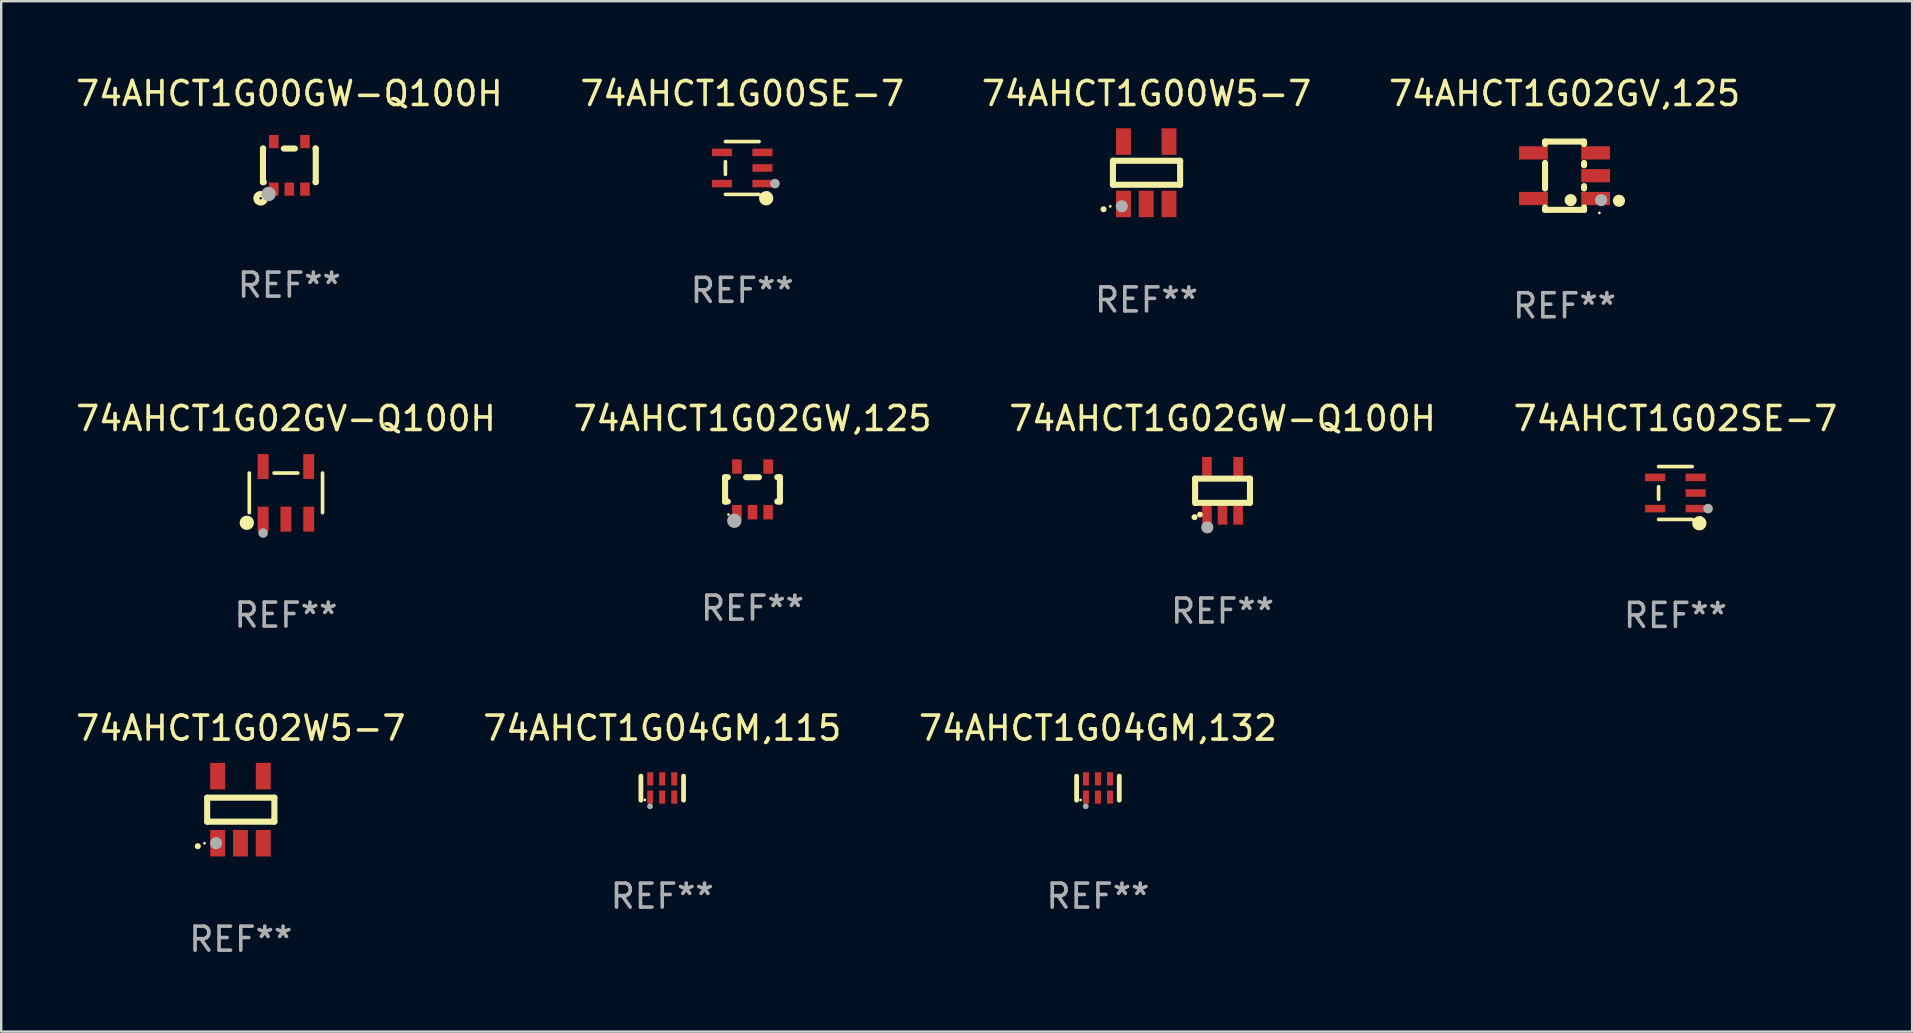
<source format=kicad_pcb>
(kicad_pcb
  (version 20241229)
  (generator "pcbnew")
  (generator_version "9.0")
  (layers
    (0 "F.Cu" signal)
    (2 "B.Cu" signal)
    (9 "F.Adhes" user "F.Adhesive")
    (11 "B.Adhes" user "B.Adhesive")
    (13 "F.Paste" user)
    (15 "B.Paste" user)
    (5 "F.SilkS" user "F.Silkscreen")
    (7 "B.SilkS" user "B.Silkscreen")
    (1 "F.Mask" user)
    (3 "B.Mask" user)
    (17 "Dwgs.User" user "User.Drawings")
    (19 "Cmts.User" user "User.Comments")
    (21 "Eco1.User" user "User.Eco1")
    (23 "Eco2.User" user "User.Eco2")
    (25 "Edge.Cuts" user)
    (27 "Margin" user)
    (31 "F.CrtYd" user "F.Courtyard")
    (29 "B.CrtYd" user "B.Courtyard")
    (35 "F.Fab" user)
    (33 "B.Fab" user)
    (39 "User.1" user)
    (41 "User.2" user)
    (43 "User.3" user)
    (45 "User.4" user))
  (footprint "74AHCT1G00GW-Q100H"
    (layer "F.Cu")
    (at 9.006 3.839)
    (property "Reference" "74AHCT1G00GW-Q100H" (at 0 -2.991 0) (layer "F.SilkS") (effects (font (size 1 1) (thickness 0.15))))
    (attr through_hole)
    (fp_line (start -1.1 -0.7) (end -1.1 0.7) (stroke (width 0.254) (type solid)) (layer "F.SilkS"))
    (fp_line (start -1.1 -0.7) (end -1.09 -0.7) (stroke (width 0.254) (type solid)) (layer "F.SilkS"))
    (fp_line (start -1.1 0.7) (end -1.065 0.7) (stroke (width 0.254) (type solid)) (layer "F.SilkS"))
    (fp_line (start -0.23 -0.7) (end 0.23 -0.7) (stroke (width 0.254) (type solid)) (layer "F.SilkS"))
    (fp_line (start 1.09 -0.7) (end 1.1 -0.7) (stroke (width 0.254) (type solid)) (layer "F.SilkS"))
    (fp_line (start 1.09 0.7) (end 1.1 0.7) (stroke (width 0.254) (type solid)) (layer "F.SilkS"))
    (fp_line (start 1.1 -0.7) (end 1.1 0.7) (stroke (width 0.254) (type solid)) (layer "F.SilkS"))
    (fp_circle (center -1.194 1.372) (end -1.143 1.372) (stroke (width 0.254) (type solid)) (fill no) (layer "F.SilkS"))
    (fp_circle (center -1.05 1.063) (end -1.02 1.063) (stroke (width 0.06) (type solid)) (fill no) (layer "F.SilkS"))
    (fp_circle (center -0.864 1.194) (end -0.713 1.194) (stroke (width 0.3) (type solid)) (fill no) (layer "F.Fab"))
    (fp_text user "REF**" (at 0 4.991 0) (layer "F.Fab") (effects (font (size 1 1) (thickness 0.15))))
    (pad "1" smd rect (at -0.65 0.991 180) (size 0.399 0.551) (layers "F.Cu" "F.Mask" "F.Paste"))
    (pad "2" smd rect (at 0 0.991 180) (size 0.399 0.551) (layers "F.Cu" "F.Mask" "F.Paste"))
    (pad "3" smd rect (at 0.65 0.991 180) (size 0.399 0.551) (layers "F.Cu" "F.Mask" "F.Paste"))
    (pad "4" smd rect (at 0.65 -0.991 180) (size 0.399 0.551) (layers "F.Cu" "F.Mask" "F.Paste"))
    (pad "5" smd rect (at -0.65 -0.991 180) (size 0.399 0.551) (layers "F.Cu" "F.Mask" "F.Paste")))
  (footprint "74AHCT1G04GM,132"
    (layer "F.Cu")
    (at 42.696 29.788)
    (property "Reference" "74AHCT1G04GM,132" (at 0 -2.5 0) (layer "F.SilkS") (effects (font (size 1 1) (thickness 0.15))))
    (attr through_hole)
    (fp_line (start -0.889 0.5) (end -0.889 -0.5) (stroke (width 0.2) (type solid)) (layer "F.SilkS"))
    (fp_line (start 0.889 0.5) (end 0.889 -0.5) (stroke (width 0.2) (type solid)) (layer "F.SilkS"))
    (fp_circle (center -0.725 0.492) (end -0.695 0.492) (stroke (width 0.06) (type solid)) (fill no) (layer "F.SilkS"))
    (fp_circle (center -0.508 0.754) (end -0.448 0.754) (stroke (width 0.12) (type solid)) (fill no) (layer "F.Fab"))
    (fp_text user "REF**" (at 0 4.5 0) (layer "F.Fab") (effects (font (size 1 1) (thickness 0.15))))
    (pad "1" smd rect (at -0.5 0.372) (size 0.25 0.55) (layers "F.Cu" "F.Mask" "F.Paste"))
    (pad "2" smd rect (at -0.000127 0.372) (size 0.25 0.55) (layers "F.Cu" "F.Mask" "F.Paste"))
    (pad "3" smd rect (at 0.5 0.372) (size 0.25 0.55) (layers "F.Cu" "F.Mask" "F.Paste"))
    (pad "4" smd rect (at 0.5 -0.388 180) (size 0.25 0.55) (layers "F.Cu" "F.Mask" "F.Paste"))
    (pad "5" smd rect (at -0.000127 -0.388 180) (size 0.25 0.55) (layers "F.Cu" "F.Mask" "F.Paste"))
    (pad "6" smd rect (at -0.5 -0.388 180) (size 0.25 0.55) (layers "F.Cu" "F.Mask" "F.Paste")))
  (footprint "74AHCT1G02GW-Q100H"
    (layer "F.Cu")
    (at 47.887 17.4)
    (property "Reference" "74AHCT1G02GW-Q100H" (at 0 -3.01 0) (layer "F.SilkS") (effects (font (size 1 1) (thickness 0.15))))
    (attr through_hole)
    (fp_line (start -1.143 -0.508) (end -1.143 0.508) (stroke (width 0.254) (type solid)) (layer "F.SilkS"))
    (fp_line (start -1.1 0.5) (end 1.1 0.5) (stroke (width 0.254) (type solid)) (layer "F.SilkS"))
    (fp_line (start 1.143 -0.508) (end -1.143 -0.508) (stroke (width 0.254) (type solid)) (layer "F.SilkS"))
    (fp_line (start 1.143 0.508) (end 1.143 -0.508) (stroke (width 0.254) (type solid)) (layer "F.SilkS"))
    (fp_arc (start -1.167717 1.098095) (mid -1.166447 1.098088) (end -1.165177 1.098095) (stroke (width 0.24892) (type solid)) (layer "F.SilkS"))
    (fp_circle (center -0.94 0.99) (end -0.88 0.99) (stroke (width 0.12) (type solid)) (fill no) (layer "F.SilkS"))
    (fp_circle (center -0.635 1.524) (end -0.508 1.524) (stroke (width 0.254) (type solid)) (fill no) (layer "F.Fab"))
    (fp_text user "REF**" (at 0 5.01 0) (layer "F.Fab") (effects (font (size 1 1) (thickness 0.15))))
    (pad "1" smd rect (at -0.65 1.01 180) (size 0.4 0.8) (layers "F.Cu" "F.Mask" "F.Paste"))
    (pad "2" smd rect (at 0 1.01 180) (size 0.4 0.8) (layers "F.Cu" "F.Mask" "F.Paste"))
    (pad "3" smd rect (at 0.65 1.01 180) (size 0.4 0.8) (layers "F.Cu" "F.Mask" "F.Paste"))
    (pad "4" smd rect (at 0.65 -1.01 180) (size 0.4 0.8) (layers "F.Cu" "F.Mask" "F.Paste"))
    (pad "5" smd rect (at -0.65 -1.01 180) (size 0.4 0.8) (layers "F.Cu" "F.Mask" "F.Paste")))
  (footprint "74AHCT1G00W5-7"
    (layer "F.Cu")
    (at 44.72 4.148)
    (property "Reference" "74AHCT1G00W5-7" (at 0 -3.3 0) (layer "F.SilkS") (effects (font (size 1 1) (thickness 0.15))))
    (attr through_hole)
    (fp_line (start -1.4 -0.5) (end 1.4 -0.5) (stroke (width 0.254) (type solid)) (layer "F.SilkS"))
    (fp_line (start -1.4 0.5) (end -1.4 -0.5) (stroke (width 0.254) (type solid)) (layer "F.SilkS"))
    (fp_line (start 1.4 -0.5) (end 1.4 0.5) (stroke (width 0.254) (type solid)) (layer "F.SilkS"))
    (fp_line (start 1.4 0.5) (end -1.4 0.5) (stroke (width 0.254) (type solid)) (layer "F.SilkS"))
    (fp_arc (start -1.791948 1.521463) (mid -1.790678 1.521457) (end -1.789408 1.521463) (stroke (width 0.24892) (type solid)) (layer "F.SilkS"))
    (fp_circle (center -1.512 1.4) (end -1.482 1.4) (stroke (width 0.06) (type solid)) (fill no) (layer "F.SilkS"))
    (fp_circle (center -1.029 1.397) (end -0.902 1.397) (stroke (width 0.254) (type solid)) (fill no) (layer "F.Fab"))
    (fp_text user "REF**" (at 0 5.3 0) (layer "F.Fab") (effects (font (size 1 1) (thickness 0.15))))
    (pad "1" smd rect (at -0.962 1.3) (size 0.622 1.105) (layers "F.Cu" "F.Mask" "F.Paste"))
    (pad "2" smd rect (at -0.012 1.3) (size 0.622 1.105) (layers "F.Cu" "F.Mask" "F.Paste"))
    (pad "3" smd rect (at 0.937 1.3) (size 0.622 1.105) (layers "F.Cu" "F.Mask" "F.Paste"))
    (pad "4" smd rect (at 0.937 -1.3) (size 0.622 1.105) (layers "F.Cu" "F.Mask" "F.Paste"))
    (pad "5" smd rect (at -0.962 -1.3) (size 0.622 1.105) (layers "F.Cu" "F.Mask" "F.Paste")))
  (footprint "74AHCT1G02GV,125"
    (layer "F.Cu")
    (at 62.137 4.271)
    (property "Reference" "74AHCT1G02GV,125" (at 0 -3.422 0) (layer "F.SilkS") (effects (font (size 1 1) (thickness 0.15))))
    (attr through_hole)
    (fp_line (start -0.813 -1.422) (end 0.813 -1.422) (stroke (width 0.254) (type solid)) (layer "F.SilkS"))
    (fp_line (start -0.813 -1.321) (end -0.813 -1.422) (stroke (width 0.254) (type solid)) (layer "F.SilkS"))
    (fp_line (start -0.813 0.533) (end -0.813 -0.533) (stroke (width 0.254) (type solid)) (layer "F.SilkS"))
    (fp_line (start -0.813 1.422) (end -0.813 1.321) (stroke (width 0.254) (type solid)) (layer "F.SilkS"))
    (fp_line (start 0.813 -1.422) (end 0.813 -1.321) (stroke (width 0.254) (type solid)) (layer "F.SilkS"))
    (fp_line (start 0.813 -0.533) (end 0.813 -0.432) (stroke (width 0.254) (type solid)) (layer "F.SilkS"))
    (fp_line (start 0.813 0.432) (end 0.813 0.533) (stroke (width 0.254) (type solid)) (layer "F.SilkS"))
    (fp_line (start 0.813 1.321) (end 0.813 1.422) (stroke (width 0.254) (type solid)) (layer "F.SilkS"))
    (fp_line (start 0.813 1.422) (end -0.813 1.422) (stroke (width 0.254) (type solid)) (layer "F.SilkS"))
    (fp_circle (center 0.254 1.016) (end 0.381 1.016) (stroke (width 0.254) (type solid)) (fill no) (layer "F.SilkS"))
    (fp_circle (center 1.45 1.55) (end 1.48 1.55) (stroke (width 0.06) (type solid)) (fill no) (layer "F.SilkS"))
    (fp_circle (center 2.267 1.044) (end 2.394 1.044) (stroke (width 0.254) (type solid)) (fill no) (layer "F.SilkS"))
    (fp_circle (center 1.524 1.016) (end 1.651 1.016) (stroke (width 0.254) (type solid)) (fill no) (layer "F.Fab"))
    (fp_text user "REF**" (at 0 5.422 0) (layer "F.Fab") (effects (font (size 1 1) (thickness 0.15))))
    (pad "1" smd rect (at 1.295 0.95 90) (size 0.551 1.199) (layers "F.Cu" "F.Mask" "F.Paste"))
    (pad "2" smd rect (at 1.295 0 90) (size 0.551 1.199) (layers "F.Cu" "F.Mask" "F.Paste"))
    (pad "3" smd rect (at 1.295 -0.95 90) (size 0.551 1.199) (layers "F.Cu" "F.Mask" "F.Paste"))
    (pad "4" smd rect (at -1.295 -0.95 90) (size 0.551 1.199) (layers "F.Cu" "F.Mask" "F.Paste"))
    (pad "5" smd rect (at -1.295 0.95 90) (size 0.551 1.199) (layers "F.Cu" "F.Mask" "F.Paste")))
  (footprint "74AHCT1G02GW,125"
    (layer "F.Cu")
    (at 28.304 17.34)
    (property "Reference" "74AHCT1G02GW,125" (at 0 -2.95 0) (layer "F.SilkS") (effects (font (size 1 1) (thickness 0.15))))
    (attr through_hole)
    (fp_line (start -1.143 -0.508) (end -1.032 -0.508) (stroke (width 0.254) (type solid)) (layer "F.SilkS"))
    (fp_line (start -1.143 0.508) (end -1.143 -0.508) (stroke (width 0.254) (type solid)) (layer "F.SilkS"))
    (fp_line (start -1.032 0.508) (end -1.143 0.508) (stroke (width 0.254) (type solid)) (layer "F.SilkS"))
    (fp_line (start -0.268 -0.508) (end 0.268 -0.508) (stroke (width 0.254) (type solid)) (layer "F.SilkS"))
    (fp_line (start 1.032 -0.508) (end 1.143 -0.508) (stroke (width 0.254) (type solid)) (layer "F.SilkS"))
    (fp_line (start 1.143 -0.508) (end 1.143 0.508) (stroke (width 0.254) (type solid)) (layer "F.SilkS"))
    (fp_line (start 1.143 0.508) (end 1.032 0.508) (stroke (width 0.254) (type solid)) (layer "F.SilkS"))
    (fp_circle (center -1 1.05) (end -0.97 1.05) (stroke (width 0.06) (type solid)) (fill no) (layer "F.SilkS"))
    (fp_circle (center -0.759 1.309) (end -0.609 1.309) (stroke (width 0.3) (type solid)) (fill no) (layer "F.Fab"))
    (fp_text user "REF**" (at 0 4.95 0) (layer "F.Fab") (effects (font (size 1 1) (thickness 0.15))))
    (pad "1" smd rect (at -0.65 0.95 180) (size 0.4 0.6) (layers "F.Cu" "F.Mask" "F.Paste"))
    (pad "2" smd rect (at 0 0.95 180) (size 0.4 0.6) (layers "F.Cu" "F.Mask" "F.Paste"))
    (pad "3" smd rect (at 0.65 0.95 180) (size 0.4 0.6) (layers "F.Cu" "F.Mask" "F.Paste"))
    (pad "4" smd rect (at 0.65 -0.95 180) (size 0.4 0.6) (layers "F.Cu" "F.Mask" "F.Paste"))
    (pad "5" smd rect (at -0.65 -0.95 180) (size 0.4 0.6) (layers "F.Cu" "F.Mask" "F.Paste")))
  (footprint "74AHCT1G02W5-7"
    (layer "F.Cu")
    (at 6.982 30.685)
    (property "Reference" "74AHCT1G02W5-7" (at 0 -3.397 0) (layer "F.SilkS") (effects (font (size 1 1) (thickness 0.15))))
    (attr through_hole)
    (fp_line (start -1.4 -0.5) (end 1.4 -0.5) (stroke (width 0.254) (type solid)) (layer "F.SilkS"))
    (fp_line (start -1.4 0.5) (end -1.4 -0.5) (stroke (width 0.254) (type solid)) (layer "F.SilkS"))
    (fp_line (start 1.4 -0.5) (end 1.4 0.5) (stroke (width 0.254) (type solid)) (layer "F.SilkS"))
    (fp_line (start 1.4 0.5) (end -1.4 0.5) (stroke (width 0.254) (type solid)) (layer "F.SilkS"))
    (fp_arc (start -1.791948 1.521463) (mid -1.790678 1.521457) (end -1.789408 1.521463) (stroke (width 0.24892) (type solid)) (layer "F.SilkS"))
    (fp_circle (center -1.513 1.4) (end -1.483 1.4) (stroke (width 0.06) (type solid)) (fill no) (layer "F.SilkS"))
    (fp_circle (center -1.029 1.397) (end -0.902 1.397) (stroke (width 0.254) (type solid)) (fill no) (layer "F.Fab"))
    (fp_text user "REF**" (at 0 5.397 0) (layer "F.Fab") (effects (font (size 1 1) (thickness 0.15))))
    (pad "1" smd rect (at -0.963 1.397) (size 0.622 1.105) (layers "F.Cu" "F.Mask" "F.Paste"))
    (pad "2" smd rect (at -0.013 1.397) (size 0.622 1.105) (layers "F.Cu" "F.Mask" "F.Paste"))
    (pad "3" smd rect (at 0.937 1.397) (size 0.622 1.105) (layers "F.Cu" "F.Mask" "F.Paste"))
    (pad "4" smd rect (at 0.937 -1.397) (size 0.622 1.105) (layers "F.Cu" "F.Mask" "F.Paste"))
    (pad "5" smd rect (at -0.963 -1.397) (size 0.622 1.105) (layers "F.Cu" "F.Mask" "F.Paste")))
  (footprint "74AHCT1G02GV-Q100H"
    (layer "F.Cu")
    (at 8.863 17.485)
    (property "Reference" "74AHCT1G02GV-Q100H" (at 0 -3.095 0) (layer "F.SilkS") (effects (font (size 1 1) (thickness 0.15))))
    (attr through_hole)
    (fp_line (start -1.526 0.826) (end -1.526 -0.826) (stroke (width 0.152) (type solid)) (layer "F.SilkS"))
    (fp_line (start 0.494 -0.826) (end -0.494 -0.826) (stroke (width 0.152) (type solid)) (layer "F.SilkS"))
    (fp_line (start 1.526 0.826) (end 1.526 -0.826) (stroke (width 0.152) (type solid)) (layer "F.SilkS"))
    (fp_circle (center -1.63 1.247) (end -1.48 1.247) (stroke (width 0.3) (type solid)) (fill no) (layer "F.SilkS"))
    (fp_circle (center -1.45 1.375) (end -1.42 1.375) (stroke (width 0.06) (type solid)) (fill no) (layer "F.SilkS"))
    (fp_circle (center -0.95 1.675) (end -0.85 1.675) (stroke (width 0.2) (type solid)) (fill no) (layer "F.Fab"))
    (fp_text user "REF**" (at 0 5.095 0) (layer "F.Fab") (effects (font (size 1 1) (thickness 0.15))))
    (pad "1" smd rect (at -0.95 1.095) (size 0.455 1.04) (layers "F.Cu" "F.Mask" "F.Paste"))
    (pad "2" smd rect (at 0 1.095) (size 0.455 1.04) (layers "F.Cu" "F.Mask" "F.Paste"))
    (pad "3" smd rect (at 0.95 1.095) (size 0.455 1.04) (layers "F.Cu" "F.Mask" "F.Paste"))
    (pad "4" smd rect (at 0.95 -1.095) (size 0.455 1.04) (layers "F.Cu" "F.Mask" "F.Paste"))
    (pad "5" smd rect (at -0.95 -1.095) (size 0.455 1.04) (layers "F.Cu" "F.Mask" "F.Paste")))
  (footprint "74AHCT1G04GM,115"
    (layer "F.Cu")
    (at 24.542 29.788)
    (property "Reference" "74AHCT1G04GM,115" (at 0 -2.5 0) (layer "F.SilkS") (effects (font (size 1 1) (thickness 0.15))))
    (attr through_hole)
    (fp_line (start -0.889 0.5) (end -0.889 -0.5) (stroke (width 0.2) (type solid)) (layer "F.SilkS"))
    (fp_line (start 0.889 0.5) (end 0.889 -0.5) (stroke (width 0.2) (type solid)) (layer "F.SilkS"))
    (fp_circle (center -0.725 0.492) (end -0.695 0.492) (stroke (width 0.06) (type solid)) (fill no) (layer "F.SilkS"))
    (fp_circle (center -0.508 0.754) (end -0.448 0.754) (stroke (width 0.12) (type solid)) (fill no) (layer "F.Fab"))
    (fp_text user "REF**" (at 0 4.5 0) (layer "F.Fab") (effects (font (size 1 1) (thickness 0.15))))
    (pad "1" smd rect (at -0.5 0.372) (size 0.25 0.55) (layers "F.Cu" "F.Mask" "F.Paste"))
    (pad "2" smd rect (at -0.000127 0.372) (size 0.25 0.55) (layers "F.Cu" "F.Mask" "F.Paste"))
    (pad "3" smd rect (at 0.5 0.372) (size 0.25 0.55) (layers "F.Cu" "F.Mask" "F.Paste"))
    (pad "4" smd rect (at 0.5 -0.388 180) (size 0.25 0.55) (layers "F.Cu" "F.Mask" "F.Paste"))
    (pad "5" smd rect (at -0.000127 -0.388 180) (size 0.25 0.55) (layers "F.Cu" "F.Mask" "F.Paste"))
    (pad "6" smd rect (at -0.5 -0.388 180) (size 0.25 0.55) (layers "F.Cu" "F.Mask" "F.Paste")))
  (footprint "74AHCT1G02SE-7"
    (layer "F.Cu")
    (at 66.756 17.491)
    (property "Reference" "74AHCT1G02SE-7" (at 0 -3.101 0) (layer "F.SilkS") (effects (font (size 1 1) (thickness 0.15))))
    (attr through_hole)
    (fp_line (start -0.701 -0.264) (end -0.701 0.264) (stroke (width 0.152) (type solid)) (layer "F.SilkS"))
    (fp_line (start 0.701 -1.101) (end -0.701 -1.101) (stroke (width 0.152) (type solid)) (layer "F.SilkS"))
    (fp_line (start 0.701 1.101) (end -0.701 1.101) (stroke (width 0.152) (type solid)) (layer "F.SilkS"))
    (fp_circle (center 0.997 1.26) (end 1.147 1.26) (stroke (width 0.3) (type solid)) (fill no) (layer "F.SilkS"))
    (fp_circle (center 1.063 1.025) (end 1.093 1.025) (stroke (width 0.06) (type solid)) (fill no) (layer "F.SilkS"))
    (fp_circle (center 1.362 0.65) (end 1.463 0.65) (stroke (width 0.2) (type solid)) (fill no) (layer "F.Fab"))
    (fp_text user "REF**" (at 0 5.101 0) (layer "F.Fab") (effects (font (size 1 1) (thickness 0.15))))
    (pad "1" smd rect (at 0.844 0.65) (size 0.839 0.315) (layers "F.Cu" "F.Mask" "F.Paste"))
    (pad "2" smd rect (at 0.844 0) (size 0.839 0.315) (layers "F.Cu" "F.Mask" "F.Paste"))
    (pad "3" smd rect (at 0.844 -0.65) (size 0.839 0.315) (layers "F.Cu" "F.Mask" "F.Paste"))
    (pad "4" smd rect (at -0.844 -0.65) (size 0.839 0.315) (layers "F.Cu" "F.Mask" "F.Paste"))
    (pad "5" smd rect (at -0.844 0.65) (size 0.839 0.315) (layers "F.Cu" "F.Mask" "F.Paste")))
  (footprint "74AHCT1G00SE-7"
    (layer "F.Cu")
    (at 27.875 3.949)
    (property "Reference" "74AHCT1G00SE-7" (at 0 -3.101 0) (layer "F.SilkS") (effects (font (size 1 1) (thickness 0.15))))
    (attr through_hole)
    (fp_line (start -0.701 -0.264) (end -0.701 0.264) (stroke (width 0.152) (type solid)) (layer "F.SilkS"))
    (fp_line (start 0.701 -1.101) (end -0.701 -1.101) (stroke (width 0.152) (type solid)) (layer "F.SilkS"))
    (fp_line (start 0.701 1.101) (end -0.701 1.101) (stroke (width 0.152) (type solid)) (layer "F.SilkS"))
    (fp_circle (center 0.997 1.26) (end 1.147 1.26) (stroke (width 0.3) (type solid)) (fill no) (layer "F.SilkS"))
    (fp_circle (center 1.063 1.025) (end 1.093 1.025) (stroke (width 0.06) (type solid)) (fill no) (layer "F.SilkS"))
    (fp_circle (center 1.362 0.65) (end 1.463 0.65) (stroke (width 0.2) (type solid)) (fill no) (layer "F.Fab"))
    (fp_text user "REF**" (at 0 5.101 0) (layer "F.Fab") (effects (font (size 1 1) (thickness 0.15))))
    (pad "1" smd rect (at 0.844 0.65) (size 0.839 0.315) (layers "F.Cu" "F.Mask" "F.Paste"))
    (pad "2" smd rect (at 0.844 0) (size 0.839 0.315) (layers "F.Cu" "F.Mask" "F.Paste"))
    (pad "3" smd rect (at 0.844 -0.65) (size 0.839 0.315) (layers "F.Cu" "F.Mask" "F.Paste"))
    (pad "4" smd rect (at -0.844 -0.65) (size 0.839 0.315) (layers "F.Cu" "F.Mask" "F.Paste"))
    (pad "5" smd rect (at -0.844 0.65) (size 0.839 0.315) (layers "F.Cu" "F.Mask" "F.Paste")))
  (gr_rect
    (start -3 -3)
    (end 76.619 39.931)
    (stroke (width 0.1) (type default))
    (fill no)
    (layer "Edge.Cuts")))
</source>
